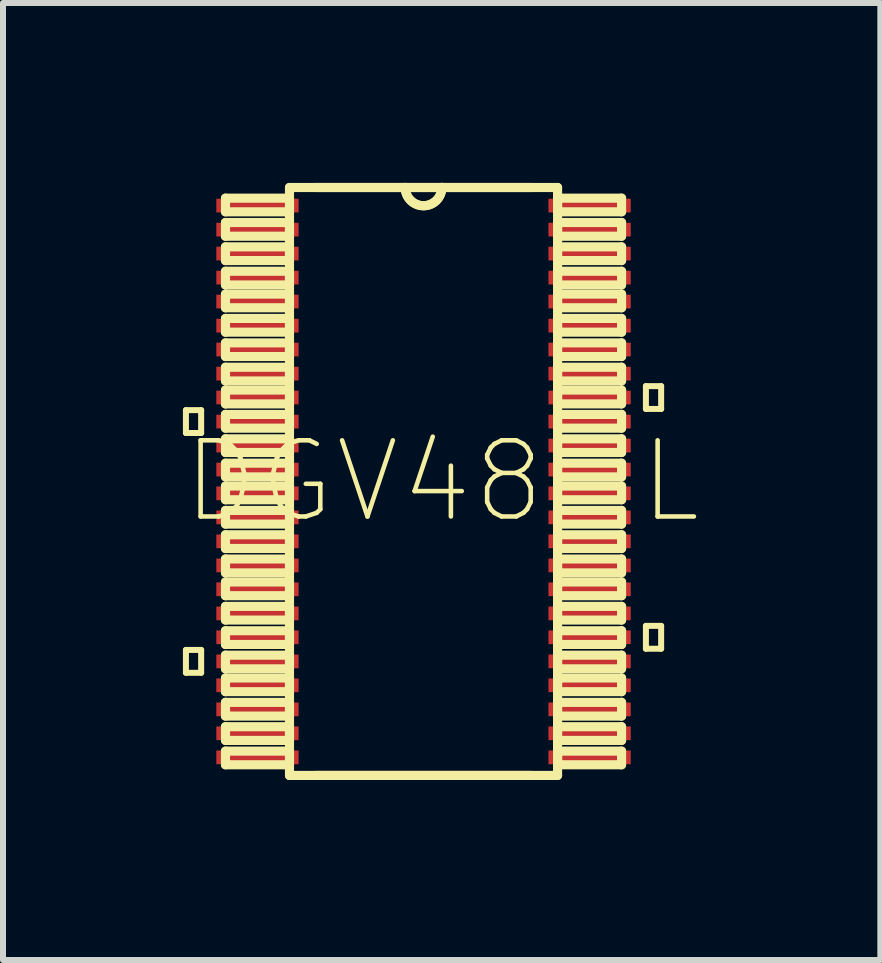
<source format=kicad_pcb>
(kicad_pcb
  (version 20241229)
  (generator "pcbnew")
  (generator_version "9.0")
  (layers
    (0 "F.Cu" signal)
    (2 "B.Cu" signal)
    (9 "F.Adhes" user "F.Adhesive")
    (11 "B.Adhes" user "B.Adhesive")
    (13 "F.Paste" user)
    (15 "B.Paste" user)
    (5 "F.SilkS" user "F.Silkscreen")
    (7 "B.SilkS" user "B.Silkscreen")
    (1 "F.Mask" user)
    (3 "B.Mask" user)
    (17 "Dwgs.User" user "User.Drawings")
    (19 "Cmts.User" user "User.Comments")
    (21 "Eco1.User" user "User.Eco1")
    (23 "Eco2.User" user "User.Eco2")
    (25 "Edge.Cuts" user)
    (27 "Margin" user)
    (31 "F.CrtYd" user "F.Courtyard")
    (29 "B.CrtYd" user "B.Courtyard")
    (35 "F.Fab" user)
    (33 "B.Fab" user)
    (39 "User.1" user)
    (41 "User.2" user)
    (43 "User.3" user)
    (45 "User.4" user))
  (footprint "DGV48-L"
    (layer "F.Cu")
    (at 4.012 4.978)
    (property "Reference" "DGV48-L" (at 0.305 0 0) (layer "F.SilkS") (effects (font (size 1.27 1.27) (thickness 0.076))))
    (attr smd)
    (fp_line (start -3.962 -1.189) (end -3.962 -0.808) (stroke (width 0.1) (type solid)) (layer "F.SilkS"))
    (fp_line (start -3.962 -0.808) (end -3.708 -0.808) (stroke (width 0.1) (type solid)) (layer "F.SilkS"))
    (fp_line (start -3.962 2.809) (end -3.962 3.19) (stroke (width 0.1) (type solid)) (layer "F.SilkS"))
    (fp_line (start -3.962 3.19) (end -3.708 3.19) (stroke (width 0.1) (type solid)) (layer "F.SilkS"))
    (fp_line (start -3.708 -1.189) (end -3.962 -1.189) (stroke (width 0.1) (type solid)) (layer "F.SilkS"))
    (fp_line (start -3.708 -0.808) (end -3.708 -1.189) (stroke (width 0.1) (type solid)) (layer "F.SilkS"))
    (fp_line (start -3.708 2.809) (end -3.962 2.809) (stroke (width 0.1) (type solid)) (layer "F.SilkS"))
    (fp_line (start -3.708 3.19) (end -3.708 2.809) (stroke (width 0.1) (type solid)) (layer "F.SilkS"))
    (fp_line (start -3.302 -4.724) (end -3.302 -4.496) (stroke (width 0.152) (type solid)) (layer "F.SilkS"))
    (fp_line (start -3.302 -4.496) (end -2.235 -4.496) (stroke (width 0.152) (type solid)) (layer "F.SilkS"))
    (fp_line (start -3.302 -4.318) (end -3.302 -4.089) (stroke (width 0.152) (type solid)) (layer "F.SilkS"))
    (fp_line (start -3.302 -4.089) (end -2.235 -4.089) (stroke (width 0.152) (type solid)) (layer "F.SilkS"))
    (fp_line (start -3.302 -3.912) (end -3.302 -3.683) (stroke (width 0.152) (type solid)) (layer "F.SilkS"))
    (fp_line (start -3.302 -3.683) (end -2.235 -3.683) (stroke (width 0.152) (type solid)) (layer "F.SilkS"))
    (fp_line (start -3.302 -3.505) (end -3.302 -3.277) (stroke (width 0.152) (type solid)) (layer "F.SilkS"))
    (fp_line (start -3.302 -3.277) (end -2.235 -3.277) (stroke (width 0.152) (type solid)) (layer "F.SilkS"))
    (fp_line (start -3.302 -3.124) (end -3.302 -2.896) (stroke (width 0.152) (type solid)) (layer "F.SilkS"))
    (fp_line (start -3.302 -2.896) (end -2.235 -2.896) (stroke (width 0.152) (type solid)) (layer "F.SilkS"))
    (fp_line (start -3.302 -2.718) (end -3.302 -2.489) (stroke (width 0.152) (type solid)) (layer "F.SilkS"))
    (fp_line (start -3.302 -2.489) (end -2.235 -2.489) (stroke (width 0.152) (type solid)) (layer "F.SilkS"))
    (fp_line (start -3.302 -2.311) (end -3.302 -2.083) (stroke (width 0.152) (type solid)) (layer "F.SilkS"))
    (fp_line (start -3.302 -2.083) (end -2.235 -2.083) (stroke (width 0.152) (type solid)) (layer "F.SilkS"))
    (fp_line (start -3.302 -1.905) (end -3.302 -1.676) (stroke (width 0.152) (type solid)) (layer "F.SilkS"))
    (fp_line (start -3.302 -1.676) (end -2.235 -1.676) (stroke (width 0.152) (type solid)) (layer "F.SilkS"))
    (fp_line (start -3.302 -1.524) (end -3.302 -1.293) (stroke (width 0.152) (type solid)) (layer "F.SilkS"))
    (fp_line (start -3.302 -1.293) (end -2.235 -1.293) (stroke (width 0.152) (type solid)) (layer "F.SilkS"))
    (fp_line (start -3.302 -1.118) (end -3.302 -0.889) (stroke (width 0.152) (type solid)) (layer "F.SilkS"))
    (fp_line (start -3.302 -0.889) (end -2.235 -0.889) (stroke (width 0.152) (type solid)) (layer "F.SilkS"))
    (fp_line (start -3.302 -0.711) (end -3.302 -0.483) (stroke (width 0.152) (type solid)) (layer "F.SilkS"))
    (fp_line (start -3.302 -0.483) (end -2.235 -0.483) (stroke (width 0.152) (type solid)) (layer "F.SilkS"))
    (fp_line (start -3.302 -0.305) (end -3.302 -0.076) (stroke (width 0.152) (type solid)) (layer "F.SilkS"))
    (fp_line (start -3.302 -0.076) (end -2.235 -0.076) (stroke (width 0.152) (type solid)) (layer "F.SilkS"))
    (fp_line (start -3.302 0.076) (end -3.302 0.305) (stroke (width 0.152) (type solid)) (layer "F.SilkS"))
    (fp_line (start -3.302 0.305) (end -2.235 0.305) (stroke (width 0.152) (type solid)) (layer "F.SilkS"))
    (fp_line (start -3.302 0.483) (end -3.302 0.711) (stroke (width 0.152) (type solid)) (layer "F.SilkS"))
    (fp_line (start -3.302 0.711) (end -2.235 0.711) (stroke (width 0.152) (type solid)) (layer "F.SilkS"))
    (fp_line (start -3.302 0.889) (end -3.302 1.118) (stroke (width 0.152) (type solid)) (layer "F.SilkS"))
    (fp_line (start -3.302 1.118) (end -2.235 1.118) (stroke (width 0.152) (type solid)) (layer "F.SilkS"))
    (fp_line (start -3.302 1.293) (end -3.302 1.524) (stroke (width 0.152) (type solid)) (layer "F.SilkS"))
    (fp_line (start -3.302 1.524) (end -2.235 1.524) (stroke (width 0.152) (type solid)) (layer "F.SilkS"))
    (fp_line (start -3.302 1.676) (end -3.302 1.905) (stroke (width 0.152) (type solid)) (layer "F.SilkS"))
    (fp_line (start -3.302 1.905) (end -2.235 1.905) (stroke (width 0.152) (type solid)) (layer "F.SilkS"))
    (fp_line (start -3.302 2.083) (end -3.302 2.311) (stroke (width 0.152) (type solid)) (layer "F.SilkS"))
    (fp_line (start -3.302 2.311) (end -2.235 2.311) (stroke (width 0.152) (type solid)) (layer "F.SilkS"))
    (fp_line (start -3.302 2.489) (end -3.302 2.718) (stroke (width 0.152) (type solid)) (layer "F.SilkS"))
    (fp_line (start -3.302 2.718) (end -2.235 2.718) (stroke (width 0.152) (type solid)) (layer "F.SilkS"))
    (fp_line (start -3.302 2.896) (end -3.302 3.124) (stroke (width 0.152) (type solid)) (layer "F.SilkS"))
    (fp_line (start -3.302 3.124) (end -2.235 3.124) (stroke (width 0.152) (type solid)) (layer "F.SilkS"))
    (fp_line (start -3.302 3.277) (end -3.302 3.505) (stroke (width 0.152) (type solid)) (layer "F.SilkS"))
    (fp_line (start -3.302 3.505) (end -2.235 3.505) (stroke (width 0.152) (type solid)) (layer "F.SilkS"))
    (fp_line (start -3.302 3.683) (end -3.302 3.912) (stroke (width 0.152) (type solid)) (layer "F.SilkS"))
    (fp_line (start -3.302 3.912) (end -2.235 3.912) (stroke (width 0.152) (type solid)) (layer "F.SilkS"))
    (fp_line (start -3.302 4.089) (end -3.302 4.318) (stroke (width 0.152) (type solid)) (layer "F.SilkS"))
    (fp_line (start -3.302 4.318) (end -2.235 4.318) (stroke (width 0.152) (type solid)) (layer "F.SilkS"))
    (fp_line (start -3.302 4.496) (end -3.302 4.724) (stroke (width 0.152) (type solid)) (layer "F.SilkS"))
    (fp_line (start -3.302 4.724) (end -2.235 4.724) (stroke (width 0.152) (type solid)) (layer "F.SilkS"))
    (fp_line (start -2.235 -4.902) (end -2.235 4.902) (stroke (width 0.152) (type solid)) (layer "F.SilkS"))
    (fp_line (start -2.235 -4.724) (end -3.302 -4.724) (stroke (width 0.152) (type solid)) (layer "F.SilkS"))
    (fp_line (start -2.235 -4.496) (end -2.235 -4.724) (stroke (width 0.152) (type solid)) (layer "F.SilkS"))
    (fp_line (start -2.235 -4.318) (end -3.302 -4.318) (stroke (width 0.152) (type solid)) (layer "F.SilkS"))
    (fp_line (start -2.235 -4.089) (end -2.235 -4.318) (stroke (width 0.152) (type solid)) (layer "F.SilkS"))
    (fp_line (start -2.235 -3.912) (end -3.302 -3.912) (stroke (width 0.152) (type solid)) (layer "F.SilkS"))
    (fp_line (start -2.235 -3.683) (end -2.235 -3.912) (stroke (width 0.152) (type solid)) (layer "F.SilkS"))
    (fp_line (start -2.235 -3.505) (end -3.302 -3.505) (stroke (width 0.152) (type solid)) (layer "F.SilkS"))
    (fp_line (start -2.235 -3.277) (end -2.235 -3.505) (stroke (width 0.152) (type solid)) (layer "F.SilkS"))
    (fp_line (start -2.235 -3.124) (end -3.302 -3.124) (stroke (width 0.152) (type solid)) (layer "F.SilkS"))
    (fp_line (start -2.235 -2.896) (end -2.235 -3.124) (stroke (width 0.152) (type solid)) (layer "F.SilkS"))
    (fp_line (start -2.235 -2.718) (end -3.302 -2.718) (stroke (width 0.152) (type solid)) (layer "F.SilkS"))
    (fp_line (start -2.235 -2.489) (end -2.235 -2.718) (stroke (width 0.152) (type solid)) (layer "F.SilkS"))
    (fp_line (start -2.235 -2.311) (end -3.302 -2.311) (stroke (width 0.152) (type solid)) (layer "F.SilkS"))
    (fp_line (start -2.235 -2.083) (end -2.235 -2.311) (stroke (width 0.152) (type solid)) (layer "F.SilkS"))
    (fp_line (start -2.235 -1.905) (end -3.302 -1.905) (stroke (width 0.152) (type solid)) (layer "F.SilkS"))
    (fp_line (start -2.235 -1.676) (end -2.235 -1.905) (stroke (width 0.152) (type solid)) (layer "F.SilkS"))
    (fp_line (start -2.235 -1.524) (end -3.302 -1.524) (stroke (width 0.152) (type solid)) (layer "F.SilkS"))
    (fp_line (start -2.235 -1.293) (end -2.235 -1.524) (stroke (width 0.152) (type solid)) (layer "F.SilkS"))
    (fp_line (start -2.235 -1.118) (end -3.302 -1.118) (stroke (width 0.152) (type solid)) (layer "F.SilkS"))
    (fp_line (start -2.235 -0.889) (end -2.235 -1.118) (stroke (width 0.152) (type solid)) (layer "F.SilkS"))
    (fp_line (start -2.235 -0.711) (end -3.302 -0.711) (stroke (width 0.152) (type solid)) (layer "F.SilkS"))
    (fp_line (start -2.235 -0.483) (end -2.235 -0.711) (stroke (width 0.152) (type solid)) (layer "F.SilkS"))
    (fp_line (start -2.235 -0.305) (end -3.302 -0.305) (stroke (width 0.152) (type solid)) (layer "F.SilkS"))
    (fp_line (start -2.235 -0.076) (end -2.235 -0.305) (stroke (width 0.152) (type solid)) (layer "F.SilkS"))
    (fp_line (start -2.235 0.076) (end -3.302 0.076) (stroke (width 0.152) (type solid)) (layer "F.SilkS"))
    (fp_line (start -2.235 0.305) (end -2.235 0.076) (stroke (width 0.152) (type solid)) (layer "F.SilkS"))
    (fp_line (start -2.235 0.483) (end -3.302 0.483) (stroke (width 0.152) (type solid)) (layer "F.SilkS"))
    (fp_line (start -2.235 0.711) (end -2.235 0.483) (stroke (width 0.152) (type solid)) (layer "F.SilkS"))
    (fp_line (start -2.235 0.889) (end -3.302 0.889) (stroke (width 0.152) (type solid)) (layer "F.SilkS"))
    (fp_line (start -2.235 1.118) (end -2.235 0.889) (stroke (width 0.152) (type solid)) (layer "F.SilkS"))
    (fp_line (start -2.235 1.293) (end -3.302 1.293) (stroke (width 0.152) (type solid)) (layer "F.SilkS"))
    (fp_line (start -2.235 1.524) (end -2.235 1.293) (stroke (width 0.152) (type solid)) (layer "F.SilkS"))
    (fp_line (start -2.235 1.676) (end -3.302 1.676) (stroke (width 0.152) (type solid)) (layer "F.SilkS"))
    (fp_line (start -2.235 1.905) (end -2.235 1.676) (stroke (width 0.152) (type solid)) (layer "F.SilkS"))
    (fp_line (start -2.235 2.083) (end -3.302 2.083) (stroke (width 0.152) (type solid)) (layer "F.SilkS"))
    (fp_line (start -2.235 2.311) (end -2.235 2.083) (stroke (width 0.152) (type solid)) (layer "F.SilkS"))
    (fp_line (start -2.235 2.489) (end -3.302 2.489) (stroke (width 0.152) (type solid)) (layer "F.SilkS"))
    (fp_line (start -2.235 2.718) (end -2.235 2.489) (stroke (width 0.152) (type solid)) (layer "F.SilkS"))
    (fp_line (start -2.235 2.896) (end -3.302 2.896) (stroke (width 0.152) (type solid)) (layer "F.SilkS"))
    (fp_line (start -2.235 3.124) (end -2.235 2.896) (stroke (width 0.152) (type solid)) (layer "F.SilkS"))
    (fp_line (start -2.235 3.277) (end -3.302 3.277) (stroke (width 0.152) (type solid)) (layer "F.SilkS"))
    (fp_line (start -2.235 3.505) (end -2.235 3.277) (stroke (width 0.152) (type solid)) (layer "F.SilkS"))
    (fp_line (start -2.235 3.683) (end -3.302 3.683) (stroke (width 0.152) (type solid)) (layer "F.SilkS"))
    (fp_line (start -2.235 3.912) (end -2.235 3.683) (stroke (width 0.152) (type solid)) (layer "F.SilkS"))
    (fp_line (start -2.235 4.089) (end -3.302 4.089) (stroke (width 0.152) (type solid)) (layer "F.SilkS"))
    (fp_line (start -2.235 4.318) (end -2.235 4.089) (stroke (width 0.152) (type solid)) (layer "F.SilkS"))
    (fp_line (start -2.235 4.496) (end -3.302 4.496) (stroke (width 0.152) (type solid)) (layer "F.SilkS"))
    (fp_line (start -2.235 4.724) (end -2.235 4.496) (stroke (width 0.152) (type solid)) (layer "F.SilkS"))
    (fp_line (start -2.235 4.902) (end 2.235 4.902) (stroke (width 0.152) (type solid)) (layer "F.SilkS"))
    (fp_line (start -1.801 4.902) (end 1.801 4.902) (stroke (width 0.152) (type solid)) (layer "F.SilkS"))
    (fp_line (start -0.305 -4.902) (end -2.235 -4.902) (stroke (width 0.152) (type solid)) (layer "F.SilkS"))
    (fp_line (start -0.305 -4.902) (end -1.801 -4.902) (stroke (width 0.152) (type solid)) (layer "F.SilkS"))
    (fp_line (start 0.305 -4.902) (end -0.305 -4.902) (stroke (width 0.152) (type solid)) (layer "F.SilkS"))
    (fp_line (start 0.305 -4.902) (end -0.305 -4.902) (stroke (width 0.152) (type solid)) (layer "F.SilkS"))
    (fp_line (start 1.801 -4.902) (end 0.305 -4.902) (stroke (width 0.152) (type solid)) (layer "F.SilkS"))
    (fp_line (start 2.235 -4.902) (end 0.305 -4.902) (stroke (width 0.152) (type solid)) (layer "F.SilkS"))
    (fp_line (start 2.235 -4.724) (end 2.235 -4.496) (stroke (width 0.152) (type solid)) (layer "F.SilkS"))
    (fp_line (start 2.235 -4.496) (end 3.302 -4.496) (stroke (width 0.152) (type solid)) (layer "F.SilkS"))
    (fp_line (start 2.235 -4.318) (end 2.235 -4.089) (stroke (width 0.152) (type solid)) (layer "F.SilkS"))
    (fp_line (start 2.235 -4.089) (end 3.302 -4.089) (stroke (width 0.152) (type solid)) (layer "F.SilkS"))
    (fp_line (start 2.235 -3.912) (end 2.235 -3.683) (stroke (width 0.152) (type solid)) (layer "F.SilkS"))
    (fp_line (start 2.235 -3.683) (end 3.302 -3.683) (stroke (width 0.152) (type solid)) (layer "F.SilkS"))
    (fp_line (start 2.235 -3.505) (end 2.235 -3.277) (stroke (width 0.152) (type solid)) (layer "F.SilkS"))
    (fp_line (start 2.235 -3.277) (end 3.302 -3.277) (stroke (width 0.152) (type solid)) (layer "F.SilkS"))
    (fp_line (start 2.235 -3.124) (end 2.235 -2.896) (stroke (width 0.152) (type solid)) (layer "F.SilkS"))
    (fp_line (start 2.235 -2.896) (end 3.302 -2.896) (stroke (width 0.152) (type solid)) (layer "F.SilkS"))
    (fp_line (start 2.235 -2.718) (end 2.235 -2.489) (stroke (width 0.152) (type solid)) (layer "F.SilkS"))
    (fp_line (start 2.235 -2.489) (end 3.302 -2.489) (stroke (width 0.152) (type solid)) (layer "F.SilkS"))
    (fp_line (start 2.235 -2.311) (end 2.235 -2.083) (stroke (width 0.152) (type solid)) (layer "F.SilkS"))
    (fp_line (start 2.235 -2.083) (end 3.302 -2.083) (stroke (width 0.152) (type solid)) (layer "F.SilkS"))
    (fp_line (start 2.235 -1.905) (end 2.235 -1.676) (stroke (width 0.152) (type solid)) (layer "F.SilkS"))
    (fp_line (start 2.235 -1.676) (end 3.302 -1.676) (stroke (width 0.152) (type solid)) (layer "F.SilkS"))
    (fp_line (start 2.235 -1.524) (end 2.235 -1.293) (stroke (width 0.152) (type solid)) (layer "F.SilkS"))
    (fp_line (start 2.235 -1.293) (end 3.302 -1.293) (stroke (width 0.152) (type solid)) (layer "F.SilkS"))
    (fp_line (start 2.235 -1.118) (end 2.235 -0.889) (stroke (width 0.152) (type solid)) (layer "F.SilkS"))
    (fp_line (start 2.235 -0.889) (end 3.302 -0.889) (stroke (width 0.152) (type solid)) (layer "F.SilkS"))
    (fp_line (start 2.235 -0.711) (end 2.235 -0.483) (stroke (width 0.152) (type solid)) (layer "F.SilkS"))
    (fp_line (start 2.235 -0.483) (end 3.302 -0.483) (stroke (width 0.152) (type solid)) (layer "F.SilkS"))
    (fp_line (start 2.235 -0.305) (end 2.235 -0.076) (stroke (width 0.152) (type solid)) (layer "F.SilkS"))
    (fp_line (start 2.235 -0.076) (end 3.302 -0.076) (stroke (width 0.152) (type solid)) (layer "F.SilkS"))
    (fp_line (start 2.235 0.076) (end 2.235 0.305) (stroke (width 0.152) (type solid)) (layer "F.SilkS"))
    (fp_line (start 2.235 0.305) (end 3.302 0.305) (stroke (width 0.152) (type solid)) (layer "F.SilkS"))
    (fp_line (start 2.235 0.483) (end 2.235 0.711) (stroke (width 0.152) (type solid)) (layer "F.SilkS"))
    (fp_line (start 2.235 0.711) (end 3.302 0.711) (stroke (width 0.152) (type solid)) (layer "F.SilkS"))
    (fp_line (start 2.235 0.889) (end 2.235 1.118) (stroke (width 0.152) (type solid)) (layer "F.SilkS"))
    (fp_line (start 2.235 1.118) (end 3.302 1.118) (stroke (width 0.152) (type solid)) (layer "F.SilkS"))
    (fp_line (start 2.235 1.293) (end 2.235 1.524) (stroke (width 0.152) (type solid)) (layer "F.SilkS"))
    (fp_line (start 2.235 1.524) (end 3.302 1.524) (stroke (width 0.152) (type solid)) (layer "F.SilkS"))
    (fp_line (start 2.235 1.676) (end 2.235 1.905) (stroke (width 0.152) (type solid)) (layer "F.SilkS"))
    (fp_line (start 2.235 1.905) (end 3.302 1.905) (stroke (width 0.152) (type solid)) (layer "F.SilkS"))
    (fp_line (start 2.235 2.083) (end 2.235 2.311) (stroke (width 0.152) (type solid)) (layer "F.SilkS"))
    (fp_line (start 2.235 2.311) (end 3.302 2.311) (stroke (width 0.152) (type solid)) (layer "F.SilkS"))
    (fp_line (start 2.235 2.489) (end 2.235 2.718) (stroke (width 0.152) (type solid)) (layer "F.SilkS"))
    (fp_line (start 2.235 2.718) (end 3.302 2.718) (stroke (width 0.152) (type solid)) (layer "F.SilkS"))
    (fp_line (start 2.235 2.896) (end 2.235 3.124) (stroke (width 0.152) (type solid)) (layer "F.SilkS"))
    (fp_line (start 2.235 3.124) (end 3.302 3.124) (stroke (width 0.152) (type solid)) (layer "F.SilkS"))
    (fp_line (start 2.235 3.277) (end 2.235 3.505) (stroke (width 0.152) (type solid)) (layer "F.SilkS"))
    (fp_line (start 2.235 3.505) (end 3.302 3.505) (stroke (width 0.152) (type solid)) (layer "F.SilkS"))
    (fp_line (start 2.235 3.683) (end 2.235 3.912) (stroke (width 0.152) (type solid)) (layer "F.SilkS"))
    (fp_line (start 2.235 3.912) (end 3.302 3.912) (stroke (width 0.152) (type solid)) (layer "F.SilkS"))
    (fp_line (start 2.235 4.089) (end 2.235 4.318) (stroke (width 0.152) (type solid)) (layer "F.SilkS"))
    (fp_line (start 2.235 4.318) (end 3.302 4.318) (stroke (width 0.152) (type solid)) (layer "F.SilkS"))
    (fp_line (start 2.235 4.496) (end 2.235 4.724) (stroke (width 0.152) (type solid)) (layer "F.SilkS"))
    (fp_line (start 2.235 4.724) (end 3.302 4.724) (stroke (width 0.152) (type solid)) (layer "F.SilkS"))
    (fp_line (start 2.235 4.902) (end 2.235 -4.902) (stroke (width 0.152) (type solid)) (layer "F.SilkS"))
    (fp_line (start 3.302 -4.724) (end 2.235 -4.724) (stroke (width 0.152) (type solid)) (layer "F.SilkS"))
    (fp_line (start 3.302 -4.496) (end 3.302 -4.724) (stroke (width 0.152) (type solid)) (layer "F.SilkS"))
    (fp_line (start 3.302 -4.318) (end 2.235 -4.318) (stroke (width 0.152) (type solid)) (layer "F.SilkS"))
    (fp_line (start 3.302 -4.089) (end 3.302 -4.318) (stroke (width 0.152) (type solid)) (layer "F.SilkS"))
    (fp_line (start 3.302 -3.912) (end 2.235 -3.912) (stroke (width 0.152) (type solid)) (layer "F.SilkS"))
    (fp_line (start 3.302 -3.683) (end 3.302 -3.912) (stroke (width 0.152) (type solid)) (layer "F.SilkS"))
    (fp_line (start 3.302 -3.505) (end 2.235 -3.505) (stroke (width 0.152) (type solid)) (layer "F.SilkS"))
    (fp_line (start 3.302 -3.277) (end 3.302 -3.505) (stroke (width 0.152) (type solid)) (layer "F.SilkS"))
    (fp_line (start 3.302 -3.124) (end 2.235 -3.124) (stroke (width 0.152) (type solid)) (layer "F.SilkS"))
    (fp_line (start 3.302 -2.896) (end 3.302 -3.124) (stroke (width 0.152) (type solid)) (layer "F.SilkS"))
    (fp_line (start 3.302 -2.718) (end 2.235 -2.718) (stroke (width 0.152) (type solid)) (layer "F.SilkS"))
    (fp_line (start 3.302 -2.489) (end 3.302 -2.718) (stroke (width 0.152) (type solid)) (layer "F.SilkS"))
    (fp_line (start 3.302 -2.311) (end 2.235 -2.311) (stroke (width 0.152) (type solid)) (layer "F.SilkS"))
    (fp_line (start 3.302 -2.083) (end 3.302 -2.311) (stroke (width 0.152) (type solid)) (layer "F.SilkS"))
    (fp_line (start 3.302 -1.905) (end 2.235 -1.905) (stroke (width 0.152) (type solid)) (layer "F.SilkS"))
    (fp_line (start 3.302 -1.676) (end 3.302 -1.905) (stroke (width 0.152) (type solid)) (layer "F.SilkS"))
    (fp_line (start 3.302 -1.524) (end 2.235 -1.524) (stroke (width 0.152) (type solid)) (layer "F.SilkS"))
    (fp_line (start 3.302 -1.293) (end 3.302 -1.524) (stroke (width 0.152) (type solid)) (layer "F.SilkS"))
    (fp_line (start 3.302 -1.118) (end 2.235 -1.118) (stroke (width 0.152) (type solid)) (layer "F.SilkS"))
    (fp_line (start 3.302 -0.889) (end 3.302 -1.118) (stroke (width 0.152) (type solid)) (layer "F.SilkS"))
    (fp_line (start 3.302 -0.711) (end 2.235 -0.711) (stroke (width 0.152) (type solid)) (layer "F.SilkS"))
    (fp_line (start 3.302 -0.483) (end 3.302 -0.711) (stroke (width 0.152) (type solid)) (layer "F.SilkS"))
    (fp_line (start 3.302 -0.305) (end 2.235 -0.305) (stroke (width 0.152) (type solid)) (layer "F.SilkS"))
    (fp_line (start 3.302 -0.076) (end 3.302 -0.305) (stroke (width 0.152) (type solid)) (layer "F.SilkS"))
    (fp_line (start 3.302 0.076) (end 2.235 0.076) (stroke (width 0.152) (type solid)) (layer "F.SilkS"))
    (fp_line (start 3.302 0.305) (end 3.302 0.076) (stroke (width 0.152) (type solid)) (layer "F.SilkS"))
    (fp_line (start 3.302 0.483) (end 2.235 0.483) (stroke (width 0.152) (type solid)) (layer "F.SilkS"))
    (fp_line (start 3.302 0.711) (end 3.302 0.483) (stroke (width 0.152) (type solid)) (layer "F.SilkS"))
    (fp_line (start 3.302 0.889) (end 2.235 0.889) (stroke (width 0.152) (type solid)) (layer "F.SilkS"))
    (fp_line (start 3.302 1.118) (end 3.302 0.889) (stroke (width 0.152) (type solid)) (layer "F.SilkS"))
    (fp_line (start 3.302 1.293) (end 2.235 1.293) (stroke (width 0.152) (type solid)) (layer "F.SilkS"))
    (fp_line (start 3.302 1.524) (end 3.302 1.293) (stroke (width 0.152) (type solid)) (layer "F.SilkS"))
    (fp_line (start 3.302 1.676) (end 2.235 1.676) (stroke (width 0.152) (type solid)) (layer "F.SilkS"))
    (fp_line (start 3.302 1.905) (end 3.302 1.676) (stroke (width 0.152) (type solid)) (layer "F.SilkS"))
    (fp_line (start 3.302 2.083) (end 2.235 2.083) (stroke (width 0.152) (type solid)) (layer "F.SilkS"))
    (fp_line (start 3.302 2.311) (end 3.302 2.083) (stroke (width 0.152) (type solid)) (layer "F.SilkS"))
    (fp_line (start 3.302 2.489) (end 2.235 2.489) (stroke (width 0.152) (type solid)) (layer "F.SilkS"))
    (fp_line (start 3.302 2.718) (end 3.302 2.489) (stroke (width 0.152) (type solid)) (layer "F.SilkS"))
    (fp_line (start 3.302 2.896) (end 2.235 2.896) (stroke (width 0.152) (type solid)) (layer "F.SilkS"))
    (fp_line (start 3.302 3.124) (end 3.302 2.896) (stroke (width 0.152) (type solid)) (layer "F.SilkS"))
    (fp_line (start 3.302 3.277) (end 2.235 3.277) (stroke (width 0.152) (type solid)) (layer "F.SilkS"))
    (fp_line (start 3.302 3.505) (end 3.302 3.277) (stroke (width 0.152) (type solid)) (layer "F.SilkS"))
    (fp_line (start 3.302 3.683) (end 2.235 3.683) (stroke (width 0.152) (type solid)) (layer "F.SilkS"))
    (fp_line (start 3.302 3.912) (end 3.302 3.683) (stroke (width 0.152) (type solid)) (layer "F.SilkS"))
    (fp_line (start 3.302 4.089) (end 2.235 4.089) (stroke (width 0.152) (type solid)) (layer "F.SilkS"))
    (fp_line (start 3.302 4.318) (end 3.302 4.089) (stroke (width 0.152) (type solid)) (layer "F.SilkS"))
    (fp_line (start 3.302 4.496) (end 2.235 4.496) (stroke (width 0.152) (type solid)) (layer "F.SilkS"))
    (fp_line (start 3.302 4.724) (end 3.302 4.496) (stroke (width 0.152) (type solid)) (layer "F.SilkS"))
    (fp_line (start 3.708 -1.59) (end 3.962 -1.59) (stroke (width 0.1) (type solid)) (layer "F.SilkS"))
    (fp_line (start 3.708 -1.209) (end 3.708 -1.59) (stroke (width 0.1) (type solid)) (layer "F.SilkS"))
    (fp_line (start 3.708 2.408) (end 3.962 2.408) (stroke (width 0.1) (type solid)) (layer "F.SilkS"))
    (fp_line (start 3.708 2.789) (end 3.708 2.408) (stroke (width 0.1) (type solid)) (layer "F.SilkS"))
    (fp_line (start 3.962 -1.59) (end 3.962 -1.209) (stroke (width 0.1) (type solid)) (layer "F.SilkS"))
    (fp_line (start 3.962 -1.209) (end 3.708 -1.209) (stroke (width 0.1) (type solid)) (layer "F.SilkS"))
    (fp_line (start 3.962 2.408) (end 3.962 2.789) (stroke (width 0.1) (type solid)) (layer "F.SilkS"))
    (fp_line (start 3.962 2.789) (end 3.708 2.789) (stroke (width 0.1) (type solid)) (layer "F.SilkS"))
    (fp_arc (start 0.3048 -4.9022) (mid 0 -4.5974) (end -0.3048 -4.9022) (stroke (width 0.1524) (type solid)) (layer "F.SilkS"))
    (fp_arc (start 0.3048 -4.9022) (mid 0 -4.5974) (end -0.3048 -4.9022) (stroke (width 0.1524) (type solid)) (layer "F.SilkS"))
    (pad "1" smd rect (at -2.769 -4.6) (size 1.372 0.229) (layers "F.Cu" "F.Mask" "F.Paste"))
    (pad "2" smd rect (at -2.769 -4.199) (size 1.372 0.229) (layers "F.Cu" "F.Mask" "F.Paste"))
    (pad "3" smd rect (at -2.769 -3.8) (size 1.372 0.229) (layers "F.Cu" "F.Mask" "F.Paste"))
    (pad "4" smd rect (at -2.769 -3.399) (size 1.372 0.229) (layers "F.Cu" "F.Mask" "F.Paste"))
    (pad "5" smd rect (at -2.769 -3) (size 1.372 0.229) (layers "F.Cu" "F.Mask" "F.Paste"))
    (pad "6" smd rect (at -2.769 -2.598) (size 1.372 0.229) (layers "F.Cu" "F.Mask" "F.Paste"))
    (pad "7" smd rect (at -2.769 -2.2) (size 1.372 0.229) (layers "F.Cu" "F.Mask" "F.Paste"))
    (pad "8" smd rect (at -2.769 -1.798) (size 1.372 0.229) (layers "F.Cu" "F.Mask" "F.Paste"))
    (pad "9" smd rect (at -2.769 -1.4) (size 1.372 0.229) (layers "F.Cu" "F.Mask" "F.Paste"))
    (pad "10" smd rect (at -2.769 -0.998) (size 1.372 0.229) (layers "F.Cu" "F.Mask" "F.Paste"))
    (pad "11" smd rect (at -2.769 -0.599) (size 1.372 0.229) (layers "F.Cu" "F.Mask" "F.Paste"))
    (pad "12" smd rect (at -2.769 -0.198) (size 1.372 0.229) (layers "F.Cu" "F.Mask" "F.Paste"))
    (pad "13" smd rect (at -2.769 0.198) (size 1.372 0.229) (layers "F.Cu" "F.Mask" "F.Paste"))
    (pad "14" smd rect (at -2.769 0.599) (size 1.372 0.229) (layers "F.Cu" "F.Mask" "F.Paste"))
    (pad "15" smd rect (at -2.769 0.998) (size 1.372 0.229) (layers "F.Cu" "F.Mask" "F.Paste"))
    (pad "16" smd rect (at -2.769 1.4) (size 1.372 0.229) (layers "F.Cu" "F.Mask" "F.Paste"))
    (pad "17" smd rect (at -2.769 1.798) (size 1.372 0.229) (layers "F.Cu" "F.Mask" "F.Paste"))
    (pad "18" smd rect (at -2.769 2.2) (size 1.372 0.229) (layers "F.Cu" "F.Mask" "F.Paste"))
    (pad "19" smd rect (at -2.769 2.598) (size 1.372 0.229) (layers "F.Cu" "F.Mask" "F.Paste"))
    (pad "20" smd rect (at -2.769 3) (size 1.372 0.229) (layers "F.Cu" "F.Mask" "F.Paste"))
    (pad "21" smd rect (at -2.769 3.399) (size 1.372 0.229) (layers "F.Cu" "F.Mask" "F.Paste"))
    (pad "22" smd rect (at -2.769 3.8) (size 1.372 0.229) (layers "F.Cu" "F.Mask" "F.Paste"))
    (pad "23" smd rect (at -2.769 4.199) (size 1.372 0.229) (layers "F.Cu" "F.Mask" "F.Paste"))
    (pad "24" smd rect (at -2.769 4.6) (size 1.372 0.229) (layers "F.Cu" "F.Mask" "F.Paste"))
    (pad "25" smd rect (at 2.769 4.6) (size 1.372 0.229) (layers "F.Cu" "F.Mask" "F.Paste"))
    (pad "26" smd rect (at 2.769 4.199) (size 1.372 0.229) (layers "F.Cu" "F.Mask" "F.Paste"))
    (pad "27" smd rect (at 2.769 3.8) (size 1.372 0.229) (layers "F.Cu" "F.Mask" "F.Paste"))
    (pad "28" smd rect (at 2.769 3.399) (size 1.372 0.229) (layers "F.Cu" "F.Mask" "F.Paste"))
    (pad "29" smd rect (at 2.769 3) (size 1.372 0.229) (layers "F.Cu" "F.Mask" "F.Paste"))
    (pad "30" smd rect (at 2.769 2.598) (size 1.372 0.229) (layers "F.Cu" "F.Mask" "F.Paste"))
    (pad "31" smd rect (at 2.769 2.2) (size 1.372 0.229) (layers "F.Cu" "F.Mask" "F.Paste"))
    (pad "32" smd rect (at 2.769 1.798) (size 1.372 0.229) (layers "F.Cu" "F.Mask" "F.Paste"))
    (pad "33" smd rect (at 2.769 1.4) (size 1.372 0.229) (layers "F.Cu" "F.Mask" "F.Paste"))
    (pad "34" smd rect (at 2.769 0.998) (size 1.372 0.229) (layers "F.Cu" "F.Mask" "F.Paste"))
    (pad "35" smd rect (at 2.769 0.599) (size 1.372 0.229) (layers "F.Cu" "F.Mask" "F.Paste"))
    (pad "36" smd rect (at 2.769 0.198) (size 1.372 0.229) (layers "F.Cu" "F.Mask" "F.Paste"))
    (pad "37" smd rect (at 2.769 -0.198) (size 1.372 0.229) (layers "F.Cu" "F.Mask" "F.Paste"))
    (pad "38" smd rect (at 2.769 -0.599) (size 1.372 0.229) (layers "F.Cu" "F.Mask" "F.Paste"))
    (pad "39" smd rect (at 2.769 -0.998) (size 1.372 0.229) (layers "F.Cu" "F.Mask" "F.Paste"))
    (pad "40" smd rect (at 2.769 -1.4) (size 1.372 0.229) (layers "F.Cu" "F.Mask" "F.Paste"))
    (pad "41" smd rect (at 2.769 -1.798) (size 1.372 0.229) (layers "F.Cu" "F.Mask" "F.Paste"))
    (pad "42" smd rect (at 2.769 -2.2) (size 1.372 0.229) (layers "F.Cu" "F.Mask" "F.Paste"))
    (pad "43" smd rect (at 2.769 -2.598) (size 1.372 0.229) (layers "F.Cu" "F.Mask" "F.Paste"))
    (pad "44" smd rect (at 2.769 -3) (size 1.372 0.229) (layers "F.Cu" "F.Mask" "F.Paste"))
    (pad "45" smd rect (at 2.769 -3.399) (size 1.372 0.229) (layers "F.Cu" "F.Mask" "F.Paste"))
    (pad "46" smd rect (at 2.769 -3.8) (size 1.372 0.229) (layers "F.Cu" "F.Mask" "F.Paste"))
    (pad "47" smd rect (at 2.769 -4.199) (size 1.372 0.229) (layers "F.Cu" "F.Mask" "F.Paste"))
    (pad "48" smd rect (at 2.769 -4.6) (size 1.372 0.229) (layers "F.Cu" "F.Mask" "F.Paste")))
  (gr_rect
    (start -3 -3)
    (end 11.629 12.957)
    (stroke (width 0.1) (type default))
    (fill no)
    (layer "Edge.Cuts")))
</source>
